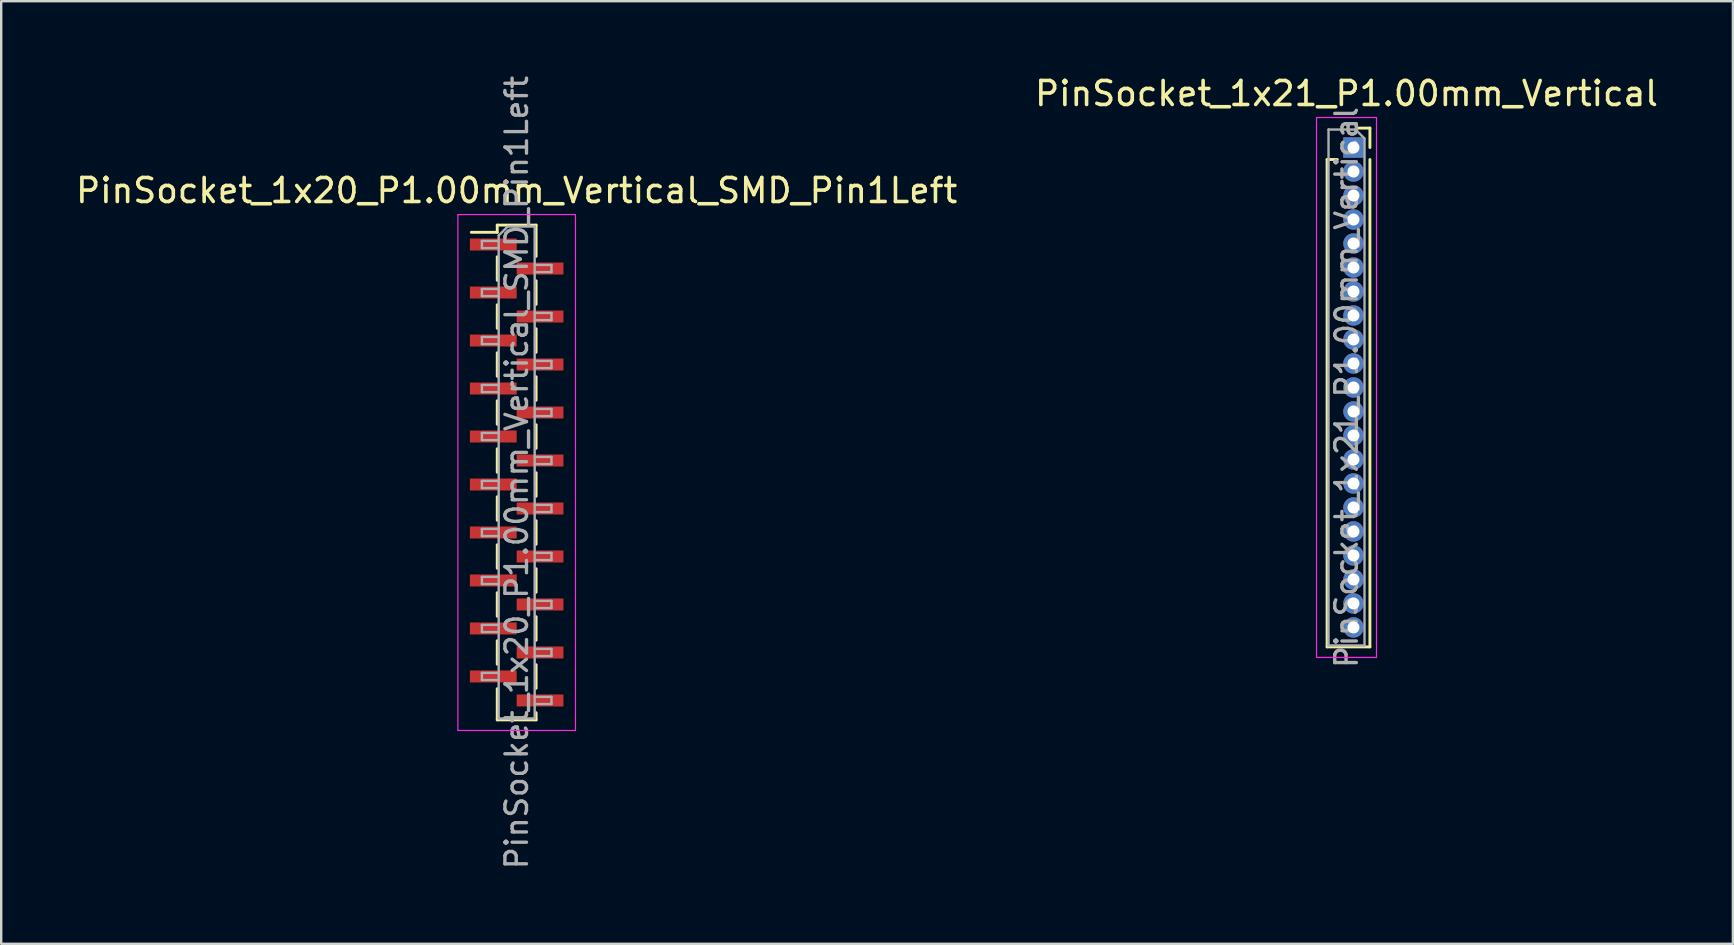
<source format=kicad_pcb>
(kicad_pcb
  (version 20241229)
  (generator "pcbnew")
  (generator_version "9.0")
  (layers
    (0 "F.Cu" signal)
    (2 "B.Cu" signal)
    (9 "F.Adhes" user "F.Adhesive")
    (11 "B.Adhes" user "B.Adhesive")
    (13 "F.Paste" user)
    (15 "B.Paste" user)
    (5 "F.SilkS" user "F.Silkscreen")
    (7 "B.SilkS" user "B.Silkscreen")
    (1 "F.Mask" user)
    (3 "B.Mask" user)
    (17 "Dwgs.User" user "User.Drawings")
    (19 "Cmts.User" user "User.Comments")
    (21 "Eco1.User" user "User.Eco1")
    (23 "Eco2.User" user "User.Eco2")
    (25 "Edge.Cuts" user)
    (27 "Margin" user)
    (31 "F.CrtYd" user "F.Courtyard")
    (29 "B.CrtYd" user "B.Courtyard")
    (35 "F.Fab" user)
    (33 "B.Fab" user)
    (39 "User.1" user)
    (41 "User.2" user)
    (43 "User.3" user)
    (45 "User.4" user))
  (footprint "PinSocket_1x20_P1.00mm_Vertical_SMD_Pin1Left"
    (layer "F.Cu")
    (at 18.482 16.641)
    (property "Reference" "PinSocket_1x20_P1.00mm_Vertical_SMD_Pin1Left" (at 0 -11.75 0) (layer "F.SilkS") (effects (font (size 1 1) (thickness 0.15))))
    (attr smd)
    (fp_line (start -1.89 -10.01) (end -0.81 -10.01) (stroke (width 0.12) (type solid)) (layer "F.SilkS"))
    (fp_line (start -0.81 -10.31) (end -0.81 -10.01) (stroke (width 0.12) (type solid)) (layer "F.SilkS"))
    (fp_line (start -0.81 -10.31) (end 0.81 -10.31) (stroke (width 0.12) (type solid)) (layer "F.SilkS"))
    (fp_line (start -0.81 -8.99) (end -0.81 -8.01) (stroke (width 0.12) (type solid)) (layer "F.SilkS"))
    (fp_line (start -0.81 -6.99) (end -0.81 -6.01) (stroke (width 0.12) (type solid)) (layer "F.SilkS"))
    (fp_line (start -0.81 -4.99) (end -0.81 -4.01) (stroke (width 0.12) (type solid)) (layer "F.SilkS"))
    (fp_line (start -0.81 -2.99) (end -0.81 -2.01) (stroke (width 0.12) (type solid)) (layer "F.SilkS"))
    (fp_line (start -0.81 -0.99) (end -0.81 -0.01) (stroke (width 0.12) (type solid)) (layer "F.SilkS"))
    (fp_line (start -0.81 1.01) (end -0.81 1.99) (stroke (width 0.12) (type solid)) (layer "F.SilkS"))
    (fp_line (start -0.81 3.01) (end -0.81 3.99) (stroke (width 0.12) (type solid)) (layer "F.SilkS"))
    (fp_line (start -0.81 5.01) (end -0.81 5.99) (stroke (width 0.12) (type solid)) (layer "F.SilkS"))
    (fp_line (start -0.81 7.01) (end -0.81 7.99) (stroke (width 0.12) (type solid)) (layer "F.SilkS"))
    (fp_line (start -0.81 9.01) (end -0.81 10.31) (stroke (width 0.12) (type solid)) (layer "F.SilkS"))
    (fp_line (start -0.81 10.31) (end 0.81 10.31) (stroke (width 0.12) (type solid)) (layer "F.SilkS"))
    (fp_line (start 0.81 -10.31) (end 0.81 -9.01) (stroke (width 0.12) (type solid)) (layer "F.SilkS"))
    (fp_line (start 0.81 -7.99) (end 0.81 -7.01) (stroke (width 0.12) (type solid)) (layer "F.SilkS"))
    (fp_line (start 0.81 -5.99) (end 0.81 -5.01) (stroke (width 0.12) (type solid)) (layer "F.SilkS"))
    (fp_line (start 0.81 -3.99) (end 0.81 -3.01) (stroke (width 0.12) (type solid)) (layer "F.SilkS"))
    (fp_line (start 0.81 -1.99) (end 0.81 -1.01) (stroke (width 0.12) (type solid)) (layer "F.SilkS"))
    (fp_line (start 0.81 0.01) (end 0.81 0.99) (stroke (width 0.12) (type solid)) (layer "F.SilkS"))
    (fp_line (start 0.81 2.01) (end 0.81 2.99) (stroke (width 0.12) (type solid)) (layer "F.SilkS"))
    (fp_line (start 0.81 4.01) (end 0.81 4.99) (stroke (width 0.12) (type solid)) (layer "F.SilkS"))
    (fp_line (start 0.81 6.01) (end 0.81 6.99) (stroke (width 0.12) (type solid)) (layer "F.SilkS"))
    (fp_line (start 0.81 8.01) (end 0.81 8.99) (stroke (width 0.12) (type solid)) (layer "F.SilkS"))
    (fp_line (start 0.81 10.01) (end 0.81 10.31) (stroke (width 0.12) (type solid)) (layer "F.SilkS"))
    (fp_line (start -2.45 -10.75) (end 2.45 -10.75) (stroke (width 0.05) (type solid)) (layer "F.CrtYd"))
    (fp_line (start -2.45 10.75) (end -2.45 -10.75) (stroke (width 0.05) (type solid)) (layer "F.CrtYd"))
    (fp_line (start 2.45 -10.75) (end 2.45 10.75) (stroke (width 0.05) (type solid)) (layer "F.CrtYd"))
    (fp_line (start 2.45 10.75) (end -2.45 10.75) (stroke (width 0.05) (type solid)) (layer "F.CrtYd"))
    (fp_line (start -1.45 -9.65) (end -0.75 -9.65) (stroke (width 0.1) (type solid)) (layer "F.Fab"))
    (fp_line (start -1.45 -9.35) (end -1.45 -9.65) (stroke (width 0.1) (type solid)) (layer "F.Fab"))
    (fp_line (start -1.45 -7.65) (end -0.75 -7.65) (stroke (width 0.1) (type solid)) (layer "F.Fab"))
    (fp_line (start -1.45 -7.35) (end -1.45 -7.65) (stroke (width 0.1) (type solid)) (layer "F.Fab"))
    (fp_line (start -1.45 -5.65) (end -0.75 -5.65) (stroke (width 0.1) (type solid)) (layer "F.Fab"))
    (fp_line (start -1.45 -5.35) (end -1.45 -5.65) (stroke (width 0.1) (type solid)) (layer "F.Fab"))
    (fp_line (start -1.45 -3.65) (end -0.75 -3.65) (stroke (width 0.1) (type solid)) (layer "F.Fab"))
    (fp_line (start -1.45 -3.35) (end -1.45 -3.65) (stroke (width 0.1) (type solid)) (layer "F.Fab"))
    (fp_line (start -1.45 -1.65) (end -0.75 -1.65) (stroke (width 0.1) (type solid)) (layer "F.Fab"))
    (fp_line (start -1.45 -1.35) (end -1.45 -1.65) (stroke (width 0.1) (type solid)) (layer "F.Fab"))
    (fp_line (start -1.45 0.35) (end -0.75 0.35) (stroke (width 0.1) (type solid)) (layer "F.Fab"))
    (fp_line (start -1.45 0.65) (end -1.45 0.35) (stroke (width 0.1) (type solid)) (layer "F.Fab"))
    (fp_line (start -1.45 2.35) (end -0.75 2.35) (stroke (width 0.1) (type solid)) (layer "F.Fab"))
    (fp_line (start -1.45 2.65) (end -1.45 2.35) (stroke (width 0.1) (type solid)) (layer "F.Fab"))
    (fp_line (start -1.45 4.35) (end -0.75 4.35) (stroke (width 0.1) (type solid)) (layer "F.Fab"))
    (fp_line (start -1.45 4.65) (end -1.45 4.35) (stroke (width 0.1) (type solid)) (layer "F.Fab"))
    (fp_line (start -1.45 6.35) (end -0.75 6.35) (stroke (width 0.1) (type solid)) (layer "F.Fab"))
    (fp_line (start -1.45 6.65) (end -1.45 6.35) (stroke (width 0.1) (type solid)) (layer "F.Fab"))
    (fp_line (start -1.45 8.35) (end -0.75 8.35) (stroke (width 0.1) (type solid)) (layer "F.Fab"))
    (fp_line (start -1.45 8.65) (end -1.45 8.35) (stroke (width 0.1) (type solid)) (layer "F.Fab"))
    (fp_line (start -0.75 -9.875) (end -0.375 -10.25) (stroke (width 0.1) (type solid)) (layer "F.Fab"))
    (fp_line (start -0.75 -9.35) (end -1.45 -9.35) (stroke (width 0.1) (type solid)) (layer "F.Fab"))
    (fp_line (start -0.75 -7.35) (end -1.45 -7.35) (stroke (width 0.1) (type solid)) (layer "F.Fab"))
    (fp_line (start -0.75 -5.35) (end -1.45 -5.35) (stroke (width 0.1) (type solid)) (layer "F.Fab"))
    (fp_line (start -0.75 -3.35) (end -1.45 -3.35) (stroke (width 0.1) (type solid)) (layer "F.Fab"))
    (fp_line (start -0.75 -1.35) (end -1.45 -1.35) (stroke (width 0.1) (type solid)) (layer "F.Fab"))
    (fp_line (start -0.75 0.65) (end -1.45 0.65) (stroke (width 0.1) (type solid)) (layer "F.Fab"))
    (fp_line (start -0.75 2.65) (end -1.45 2.65) (stroke (width 0.1) (type solid)) (layer "F.Fab"))
    (fp_line (start -0.75 4.65) (end -1.45 4.65) (stroke (width 0.1) (type solid)) (layer "F.Fab"))
    (fp_line (start -0.75 6.65) (end -1.45 6.65) (stroke (width 0.1) (type solid)) (layer "F.Fab"))
    (fp_line (start -0.75 8.65) (end -1.45 8.65) (stroke (width 0.1) (type solid)) (layer "F.Fab"))
    (fp_line (start -0.75 10.25) (end -0.75 -9.875) (stroke (width 0.1) (type solid)) (layer "F.Fab"))
    (fp_line (start -0.375 -10.25) (end 0.75 -10.25) (stroke (width 0.1) (type solid)) (layer "F.Fab"))
    (fp_line (start 0.75 -10.25) (end 0.75 10.25) (stroke (width 0.1) (type solid)) (layer "F.Fab"))
    (fp_line (start 0.75 -8.65) (end 1.45 -8.65) (stroke (width 0.1) (type solid)) (layer "F.Fab"))
    (fp_line (start 0.75 -6.65) (end 1.45 -6.65) (stroke (width 0.1) (type solid)) (layer "F.Fab"))
    (fp_line (start 0.75 -4.65) (end 1.45 -4.65) (stroke (width 0.1) (type solid)) (layer "F.Fab"))
    (fp_line (start 0.75 -2.65) (end 1.45 -2.65) (stroke (width 0.1) (type solid)) (layer "F.Fab"))
    (fp_line (start 0.75 -0.65) (end 1.45 -0.65) (stroke (width 0.1) (type solid)) (layer "F.Fab"))
    (fp_line (start 0.75 1.35) (end 1.45 1.35) (stroke (width 0.1) (type solid)) (layer "F.Fab"))
    (fp_line (start 0.75 3.35) (end 1.45 3.35) (stroke (width 0.1) (type solid)) (layer "F.Fab"))
    (fp_line (start 0.75 5.35) (end 1.45 5.35) (stroke (width 0.1) (type solid)) (layer "F.Fab"))
    (fp_line (start 0.75 7.35) (end 1.45 7.35) (stroke (width 0.1) (type solid)) (layer "F.Fab"))
    (fp_line (start 0.75 9.35) (end 1.45 9.35) (stroke (width 0.1) (type solid)) (layer "F.Fab"))
    (fp_line (start 0.75 10.25) (end -0.75 10.25) (stroke (width 0.1) (type solid)) (layer "F.Fab"))
    (fp_line (start 1.45 -8.65) (end 1.45 -8.35) (stroke (width 0.1) (type solid)) (layer "F.Fab"))
    (fp_line (start 1.45 -8.35) (end 0.75 -8.35) (stroke (width 0.1) (type solid)) (layer "F.Fab"))
    (fp_line (start 1.45 -6.65) (end 1.45 -6.35) (stroke (width 0.1) (type solid)) (layer "F.Fab"))
    (fp_line (start 1.45 -6.35) (end 0.75 -6.35) (stroke (width 0.1) (type solid)) (layer "F.Fab"))
    (fp_line (start 1.45 -4.65) (end 1.45 -4.35) (stroke (width 0.1) (type solid)) (layer "F.Fab"))
    (fp_line (start 1.45 -4.35) (end 0.75 -4.35) (stroke (width 0.1) (type solid)) (layer "F.Fab"))
    (fp_line (start 1.45 -2.65) (end 1.45 -2.35) (stroke (width 0.1) (type solid)) (layer "F.Fab"))
    (fp_line (start 1.45 -2.35) (end 0.75 -2.35) (stroke (width 0.1) (type solid)) (layer "F.Fab"))
    (fp_line (start 1.45 -0.65) (end 1.45 -0.35) (stroke (width 0.1) (type solid)) (layer "F.Fab"))
    (fp_line (start 1.45 -0.35) (end 0.75 -0.35) (stroke (width 0.1) (type solid)) (layer "F.Fab"))
    (fp_line (start 1.45 1.35) (end 1.45 1.65) (stroke (width 0.1) (type solid)) (layer "F.Fab"))
    (fp_line (start 1.45 1.65) (end 0.75 1.65) (stroke (width 0.1) (type solid)) (layer "F.Fab"))
    (fp_line (start 1.45 3.35) (end 1.45 3.65) (stroke (width 0.1) (type solid)) (layer "F.Fab"))
    (fp_line (start 1.45 3.65) (end 0.75 3.65) (stroke (width 0.1) (type solid)) (layer "F.Fab"))
    (fp_line (start 1.45 5.35) (end 1.45 5.65) (stroke (width 0.1) (type solid)) (layer "F.Fab"))
    (fp_line (start 1.45 5.65) (end 0.75 5.65) (stroke (width 0.1) (type solid)) (layer "F.Fab"))
    (fp_line (start 1.45 7.35) (end 1.45 7.65) (stroke (width 0.1) (type solid)) (layer "F.Fab"))
    (fp_line (start 1.45 7.65) (end 0.75 7.65) (stroke (width 0.1) (type solid)) (layer "F.Fab"))
    (fp_line (start 1.45 9.35) (end 1.45 9.65) (stroke (width 0.1) (type solid)) (layer "F.Fab"))
    (fp_line (start 1.45 9.65) (end 0.75 9.65) (stroke (width 0.1) (type solid)) (layer "F.Fab"))
    (fp_text user "${REFERENCE}" (at 0 0 90) (layer "F.Fab") (effects (font (size 0.9 0.9) (thickness 0.14))))
    (pad "1" smd rect (at -0.975 -9.5) (size 1.95 0.5) (layers "F.Cu" "F.Mask" "F.Paste"))
    (pad "2" smd rect (at 0.975 -8.5) (size 1.95 0.5) (layers "F.Cu" "F.Mask" "F.Paste"))
    (pad "3" smd rect (at -0.975 -7.5) (size 1.95 0.5) (layers "F.Cu" "F.Mask" "F.Paste"))
    (pad "4" smd rect (at 0.975 -6.5) (size 1.95 0.5) (layers "F.Cu" "F.Mask" "F.Paste"))
    (pad "5" smd rect (at -0.975 -5.5) (size 1.95 0.5) (layers "F.Cu" "F.Mask" "F.Paste"))
    (pad "6" smd rect (at 0.975 -4.5) (size 1.95 0.5) (layers "F.Cu" "F.Mask" "F.Paste"))
    (pad "7" smd rect (at -0.975 -3.5) (size 1.95 0.5) (layers "F.Cu" "F.Mask" "F.Paste"))
    (pad "8" smd rect (at 0.975 -2.5) (size 1.95 0.5) (layers "F.Cu" "F.Mask" "F.Paste"))
    (pad "9" smd rect (at -0.975 -1.5) (size 1.95 0.5) (layers "F.Cu" "F.Mask" "F.Paste"))
    (pad "10" smd rect (at 0.975 -0.5) (size 1.95 0.5) (layers "F.Cu" "F.Mask" "F.Paste"))
    (pad "11" smd rect (at -0.975 0.5) (size 1.95 0.5) (layers "F.Cu" "F.Mask" "F.Paste"))
    (pad "12" smd rect (at 0.975 1.5) (size 1.95 0.5) (layers "F.Cu" "F.Mask" "F.Paste"))
    (pad "13" smd rect (at -0.975 2.5) (size 1.95 0.5) (layers "F.Cu" "F.Mask" "F.Paste"))
    (pad "14" smd rect (at 0.975 3.5) (size 1.95 0.5) (layers "F.Cu" "F.Mask" "F.Paste"))
    (pad "15" smd rect (at -0.975 4.5) (size 1.95 0.5) (layers "F.Cu" "F.Mask" "F.Paste"))
    (pad "16" smd rect (at 0.975 5.5) (size 1.95 0.5) (layers "F.Cu" "F.Mask" "F.Paste"))
    (pad "17" smd rect (at -0.975 6.5) (size 1.95 0.5) (layers "F.Cu" "F.Mask" "F.Paste"))
    (pad "18" smd rect (at 0.975 7.5) (size 1.95 0.5) (layers "F.Cu" "F.Mask" "F.Paste"))
    (pad "19" smd rect (at -0.975 8.5) (size 1.95 0.5) (layers "F.Cu" "F.Mask" "F.Paste"))
    (pad "20" smd rect (at 0.975 9.5) (size 1.95 0.5) (layers "F.Cu" "F.Mask" "F.Paste")))
  (footprint "PinSocket_1x21_P1.00mm_Vertical"
    (layer "F.Cu")
    (at 53.355 3.098)
    (property "Reference" "PinSocket_1x21_P1.00mm_Vertical" (at -0.29 -2.25 0) (layer "F.SilkS") (effects (font (size 1 1) (thickness 0.15))))
    (attr through_hole)
    (fp_line (start -1.1 0.5) (end -1.1 20.81) (stroke (width 0.12) (type solid)) (layer "F.SilkS"))
    (fp_line (start -1.1 0.5) (end -0.674 0.5) (stroke (width 0.12) (type solid)) (layer "F.SilkS"))
    (fp_line (start -1.1 20.81) (end 0.685 20.81) (stroke (width 0.12) (type solid)) (layer "F.SilkS"))
    (fp_line (start 0.125 -0.81) (end 0.685 -0.81) (stroke (width 0.12) (type solid)) (layer "F.SilkS"))
    (fp_line (start 0.685 -0.81) (end 0.685 0) (stroke (width 0.12) (type solid)) (layer "F.SilkS"))
    (fp_line (start 0.685 0.5) (end 0.685 20.81) (stroke (width 0.12) (type solid)) (layer "F.SilkS"))
    (fp_line (start -1.54 -1.25) (end 0.96 -1.25) (stroke (width 0.05) (type solid)) (layer "F.CrtYd"))
    (fp_line (start -1.54 21.25) (end -1.54 -1.25) (stroke (width 0.05) (type solid)) (layer "F.CrtYd"))
    (fp_line (start 0.96 -1.25) (end 0.96 21.25) (stroke (width 0.05) (type solid)) (layer "F.CrtYd"))
    (fp_line (start 0.96 21.25) (end -1.54 21.25) (stroke (width 0.05) (type solid)) (layer "F.CrtYd"))
    (fp_line (start -1.04 -0.75) (end 0.085 -0.75) (stroke (width 0.1) (type solid)) (layer "F.Fab"))
    (fp_line (start -1.04 20.75) (end -1.04 -0.75) (stroke (width 0.1) (type solid)) (layer "F.Fab"))
    (fp_line (start 0.085 -0.75) (end 0.46 -0.375) (stroke (width 0.1) (type solid)) (layer "F.Fab"))
    (fp_line (start 0.46 -0.375) (end 0.46 20.75) (stroke (width 0.1) (type solid)) (layer "F.Fab"))
    (fp_line (start 0.46 20.75) (end -1.04 20.75) (stroke (width 0.1) (type solid)) (layer "F.Fab"))
    (fp_text user "${REFERENCE}" (at -0.29 10 90) (layer "F.Fab") (effects (font (size 0.9 0.9) (thickness 0.14))))
    (pad "1" thru_hole rect (at 0 0) (size 0.85 0.85) (drill 0.5) (layers "*.Cu" "*.Mask"))
    (pad "2" thru_hole oval (at 0 1) (size 0.85 0.85) (drill 0.5) (layers "*.Cu" "*.Mask"))
    (pad "3" thru_hole oval (at 0 2) (size 0.85 0.85) (drill 0.5) (layers "*.Cu" "*.Mask"))
    (pad "4" thru_hole oval (at 0 3) (size 0.85 0.85) (drill 0.5) (layers "*.Cu" "*.Mask"))
    (pad "5" thru_hole oval (at 0 4) (size 0.85 0.85) (drill 0.5) (layers "*.Cu" "*.Mask"))
    (pad "6" thru_hole oval (at 0 5) (size 0.85 0.85) (drill 0.5) (layers "*.Cu" "*.Mask"))
    (pad "7" thru_hole oval (at 0 6) (size 0.85 0.85) (drill 0.5) (layers "*.Cu" "*.Mask"))
    (pad "8" thru_hole oval (at 0 7) (size 0.85 0.85) (drill 0.5) (layers "*.Cu" "*.Mask"))
    (pad "9" thru_hole oval (at 0 8) (size 0.85 0.85) (drill 0.5) (layers "*.Cu" "*.Mask"))
    (pad "10" thru_hole oval (at 0 9) (size 0.85 0.85) (drill 0.5) (layers "*.Cu" "*.Mask"))
    (pad "11" thru_hole oval (at 0 10) (size 0.85 0.85) (drill 0.5) (layers "*.Cu" "*.Mask"))
    (pad "12" thru_hole oval (at 0 11) (size 0.85 0.85) (drill 0.5) (layers "*.Cu" "*.Mask"))
    (pad "13" thru_hole oval (at 0 12) (size 0.85 0.85) (drill 0.5) (layers "*.Cu" "*.Mask"))
    (pad "14" thru_hole oval (at 0 13) (size 0.85 0.85) (drill 0.5) (layers "*.Cu" "*.Mask"))
    (pad "15" thru_hole oval (at 0 14) (size 0.85 0.85) (drill 0.5) (layers "*.Cu" "*.Mask"))
    (pad "16" thru_hole oval (at 0 15) (size 0.85 0.85) (drill 0.5) (layers "*.Cu" "*.Mask"))
    (pad "17" thru_hole oval (at 0 16) (size 0.85 0.85) (drill 0.5) (layers "*.Cu" "*.Mask"))
    (pad "18" thru_hole oval (at 0 17) (size 0.85 0.85) (drill 0.5) (layers "*.Cu" "*.Mask"))
    (pad "19" thru_hole oval (at 0 18) (size 0.85 0.85) (drill 0.5) (layers "*.Cu" "*.Mask"))
    (pad "20" thru_hole oval (at 0 19) (size 0.85 0.85) (drill 0.5) (layers "*.Cu" "*.Mask"))
    (pad "21" thru_hole oval (at 0 20) (size 0.85 0.85) (drill 0.5) (layers "*.Cu" "*.Mask")))
  (gr_rect
    (start -3 -3)
    (end 69.167 36.283)
    (stroke (width 0.1) (type default))
    (fill no)
    (layer "Edge.Cuts")))
</source>
